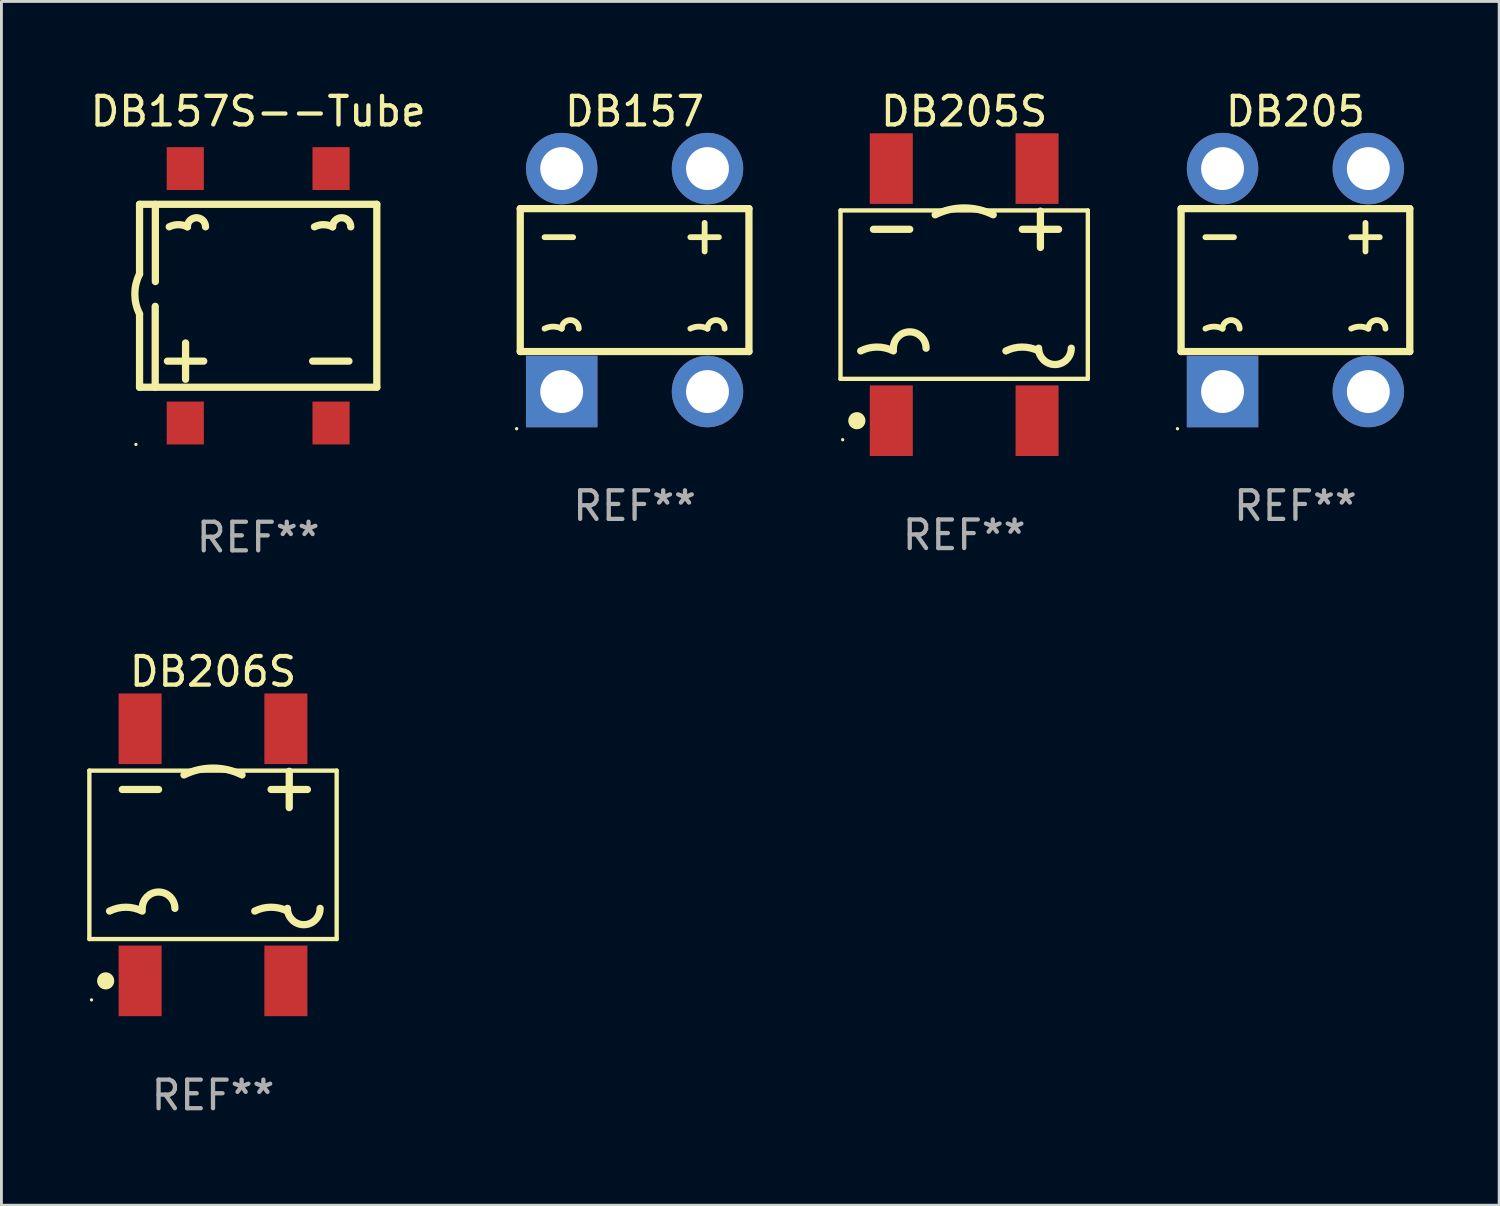
<source format=kicad_pcb>
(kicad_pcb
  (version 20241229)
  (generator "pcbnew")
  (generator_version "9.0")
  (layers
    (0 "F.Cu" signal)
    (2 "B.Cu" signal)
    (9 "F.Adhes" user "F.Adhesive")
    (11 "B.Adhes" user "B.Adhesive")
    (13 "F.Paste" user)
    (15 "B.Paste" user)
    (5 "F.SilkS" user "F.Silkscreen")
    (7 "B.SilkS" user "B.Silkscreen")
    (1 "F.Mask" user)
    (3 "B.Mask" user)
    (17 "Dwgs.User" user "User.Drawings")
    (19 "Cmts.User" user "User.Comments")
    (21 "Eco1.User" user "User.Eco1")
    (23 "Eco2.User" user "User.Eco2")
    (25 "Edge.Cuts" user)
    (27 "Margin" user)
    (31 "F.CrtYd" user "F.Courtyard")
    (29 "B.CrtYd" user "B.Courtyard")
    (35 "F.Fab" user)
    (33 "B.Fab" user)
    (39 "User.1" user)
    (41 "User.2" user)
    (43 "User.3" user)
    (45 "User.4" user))
  (footprint "DB205"
    (layer "F.Cu")
    (at 42.27 6.748)
    (property "Reference" "DB205" (at 0 -5.9 0) (layer "F.SilkS") (effects (font (size 1 1) (thickness 0.15))))
    (attr through_hole)
    (fp_line (start -4 -2.5) (end -4 2.5) (stroke (width 0.254) (type solid)) (layer "F.SilkS"))
    (fp_line (start -4 2.5) (end 4 2.5) (stroke (width 0.254) (type solid)) (layer "F.SilkS"))
    (fp_line (start -3.15 -1.5) (end -2.15 -1.5) (stroke (width 0.203) (type solid)) (layer "F.SilkS"))
    (fp_line (start 1.95 -1.5) (end 2.95 -1.5) (stroke (width 0.203) (type solid)) (layer "F.SilkS"))
    (fp_line (start 2.45 -1) (end 2.45 -2) (stroke (width 0.203) (type solid)) (layer "F.SilkS"))
    (fp_line (start 4 -2.5) (end -4 -2.5) (stroke (width 0.254) (type solid)) (layer "F.SilkS"))
    (fp_line (start 4 2.5) (end 4 -2.5) (stroke (width 0.254) (type solid)) (layer "F.SilkS"))
    (fp_arc (start -3.149606 1.699263) (mid -2.849885 1.628538) (end -2.550165 1.699264) (stroke (width 0.2032) (type solid)) (layer "F.SilkS"))
    (fp_arc (start -2.550166 1.699264) (mid -2.250445 1.399822) (end -1.950724 1.699263) (stroke (width 0.2032) (type solid)) (layer "F.SilkS"))
    (fp_arc (start 1.950724 1.699263) (mid 2.250445 1.628538) (end 2.550166 1.699263) (stroke (width 0.2032) (type solid)) (layer "F.SilkS"))
    (fp_arc (start 2.550166 1.699264) (mid 2.849886 1.399823) (end 3.149606 1.699263) (stroke (width 0.2032) (type solid)) (layer "F.SilkS"))
    (fp_circle (center -4.127 5.2) (end -4.097 5.2) (stroke (width 0.06) (type solid)) (fill no) (layer "F.SilkS"))
    (fp_text user "REF**" (at 0 7.9 0) (layer "F.Fab") (effects (font (size 1 1) (thickness 0.15))))
    (pad "1" thru_hole rect (at -2.55 3.9 180) (size 2.5 2.5) (drill 1.5) (layers "*.Cu" "*.Mask"))
    (pad "2" thru_hole circle (at 2.55 3.9) (size 2.5 2.5) (drill 1.5) (layers "*.Cu" "*.Mask"))
    (pad "3" thru_hole circle (at 2.55 -3.9) (size 2.5 2.5) (drill 1.5) (layers "*.Cu" "*.Mask"))
    (pad "4" thru_hole circle (at -2.55 -3.9) (size 2.5 2.5) (drill 1.5) (layers "*.Cu" "*.Mask")))
  (footprint "DB205S"
    (layer "F.Cu")
    (at 30.681 7.258)
    (property "Reference" "DB205S" (at 0 -6.41 0) (layer "F.SilkS") (effects (font (size 1 1) (thickness 0.15))))
    (attr through_hole)
    (fp_line (start -4.326 -2.946) (end 4.326 -2.946) (stroke (width 0.152) (type solid)) (layer "F.SilkS"))
    (fp_line (start -4.326 2.946) (end -4.326 -2.946) (stroke (width 0.152) (type solid)) (layer "F.SilkS"))
    (fp_line (start -3.175 -2.286) (end -1.905 -2.286) (stroke (width 0.254) (type solid)) (layer "F.SilkS"))
    (fp_line (start 2.032 -2.286) (end 3.302 -2.286) (stroke (width 0.254) (type solid)) (layer "F.SilkS"))
    (fp_line (start 2.667 -1.651) (end 2.667 -2.921) (stroke (width 0.254) (type solid)) (layer "F.SilkS"))
    (fp_line (start 4.326 -2.946) (end 4.326 2.946) (stroke (width 0.152) (type solid)) (layer "F.SilkS"))
    (fp_line (start 4.326 2.946) (end -4.326 2.946) (stroke (width 0.152) (type solid)) (layer "F.SilkS"))
    (fp_arc (start -3.619507 1.968504) (mid -3.048006 1.833591) (end -2.476505 1.968504) (stroke (width 0.254001) (type solid)) (layer "F.SilkS"))
    (fp_arc (start -2.476505 1.873254) (mid -1.905004 1.301753) (end -1.333503 1.873254) (stroke (width 0.254001) (type solid)) (layer "F.SilkS"))
    (fp_arc (start -1.016002 -2.794006) (mid 0 -3.033852) (end 1.016002 -2.794006) (stroke (width 0.254001) (type solid)) (layer "F.SilkS"))
    (fp_arc (start 1.460503 1.968504) (mid 2.032004 1.833591) (end 2.603505 1.968504) (stroke (width 0.254001) (type solid)) (layer "F.SilkS"))
    (fp_arc (start 3.746507 1.873254) (mid 3.175006 2.444755) (end 2.603505 1.873254) (stroke (width 0.254001) (type solid)) (layer "F.SilkS"))
    (fp_circle (center -4.25 5.075) (end -4.22 5.075) (stroke (width 0.06) (type solid)) (fill no) (layer "F.SilkS"))
    (fp_circle (center -3.755 4.41) (end -3.605 4.41) (stroke (width 0.3) (type solid)) (fill no) (layer "F.SilkS"))
    (fp_text user "REF**" (at 0 8.41 0) (layer "F.Fab") (effects (font (size 1 1) (thickness 0.15))))
    (pad "1" smd rect (at -2.55 4.41 180) (size 1.505 2.47) (layers "F.Cu" "F.Mask" "F.Paste"))
    (pad "2" smd rect (at 2.55 4.41 180) (size 1.505 2.47) (layers "F.Cu" "F.Mask" "F.Paste"))
    (pad "3" smd rect (at 2.55 -4.41 180) (size 1.505 2.47) (layers "F.Cu" "F.Mask" "F.Paste"))
    (pad "4" smd rect (at -2.55 -4.41 180) (size 1.505 2.47) (layers "F.Cu" "F.Mask" "F.Paste")))
  (footprint "DB206S"
    (layer "F.Cu")
    (at 4.402 26.855)
    (property "Reference" "DB206S" (at 0 -6.41 0) (layer "F.SilkS") (effects (font (size 1 1) (thickness 0.15))))
    (attr through_hole)
    (fp_line (start -4.326 -2.946) (end 4.326 -2.946) (stroke (width 0.152) (type solid)) (layer "F.SilkS"))
    (fp_line (start -4.326 2.946) (end -4.326 -2.946) (stroke (width 0.152) (type solid)) (layer "F.SilkS"))
    (fp_line (start -3.175 -2.286) (end -1.905 -2.286) (stroke (width 0.254) (type solid)) (layer "F.SilkS"))
    (fp_line (start 2.032 -2.286) (end 3.302 -2.286) (stroke (width 0.254) (type solid)) (layer "F.SilkS"))
    (fp_line (start 2.667 -1.651) (end 2.667 -2.921) (stroke (width 0.254) (type solid)) (layer "F.SilkS"))
    (fp_line (start 4.326 -2.946) (end 4.326 2.946) (stroke (width 0.152) (type solid)) (layer "F.SilkS"))
    (fp_line (start 4.326 2.946) (end -4.326 2.946) (stroke (width 0.152) (type solid)) (layer "F.SilkS"))
    (fp_arc (start -3.619507 1.968504) (mid -3.048006 1.833591) (end -2.476505 1.968504) (stroke (width 0.254001) (type solid)) (layer "F.SilkS"))
    (fp_arc (start -2.476505 1.873254) (mid -1.905004 1.301753) (end -1.333503 1.873254) (stroke (width 0.254001) (type solid)) (layer "F.SilkS"))
    (fp_arc (start -1.016002 -2.794006) (mid 0 -3.033852) (end 1.016002 -2.794006) (stroke (width 0.254001) (type solid)) (layer "F.SilkS"))
    (fp_arc (start 1.460503 1.968504) (mid 2.032004 1.833591) (end 2.603505 1.968504) (stroke (width 0.254001) (type solid)) (layer "F.SilkS"))
    (fp_arc (start 3.746507 1.873254) (mid 3.175006 2.444755) (end 2.603505 1.873254) (stroke (width 0.254001) (type solid)) (layer "F.SilkS"))
    (fp_circle (center -4.25 5.075) (end -4.22 5.075) (stroke (width 0.06) (type solid)) (fill no) (layer "F.SilkS"))
    (fp_circle (center -3.755 4.41) (end -3.605 4.41) (stroke (width 0.3) (type solid)) (fill no) (layer "F.SilkS"))
    (fp_text user "REF**" (at 0 8.41 0) (layer "F.Fab") (effects (font (size 1 1) (thickness 0.15))))
    (pad "1" smd rect (at -2.55 4.41 180) (size 1.505 2.47) (layers "F.Cu" "F.Mask" "F.Paste"))
    (pad "2" smd rect (at 2.55 4.41 180) (size 1.505 2.47) (layers "F.Cu" "F.Mask" "F.Paste"))
    (pad "3" smd rect (at 2.55 -4.41 180) (size 1.505 2.47) (layers "F.Cu" "F.Mask" "F.Paste"))
    (pad "4" smd rect (at -2.55 -4.41 180) (size 1.505 2.47) (layers "F.Cu" "F.Mask" "F.Paste")))
  (footprint "DB157S--Tube"
    (layer "F.Cu")
    (at 5.982 7.298)
    (property "Reference" "DB157S--Tube" (at 0 -6.45 0) (layer "F.SilkS") (effects (font (size 1 1) (thickness 0.15))))
    (attr through_hole)
    (fp_line (start -4.15 -3.2) (end -4.15 -0.762) (stroke (width 0.254) (type solid)) (layer "F.SilkS"))
    (fp_line (start -4.15 -3.2) (end 4.15 -3.2) (stroke (width 0.254) (type solid)) (layer "F.SilkS"))
    (fp_line (start -4.15 3.2) (end -4.15 0.635) (stroke (width 0.254) (type solid)) (layer "F.SilkS"))
    (fp_line (start -3.602 0.369) (end -3.602 3.2) (stroke (width 0.254) (type solid)) (layer "F.SilkS"))
    (fp_line (start -3.597 -3.2) (end -3.597 -0.498) (stroke (width 0.254) (type solid)) (layer "F.SilkS"))
    (fp_line (start -3.175 2.286) (end -1.905 2.286) (stroke (width 0.254) (type solid)) (layer "F.SilkS"))
    (fp_line (start -2.54 2.921) (end -2.54 1.651) (stroke (width 0.254) (type solid)) (layer "F.SilkS"))
    (fp_line (start 1.905 2.286) (end 3.175 2.286) (stroke (width 0.254) (type solid)) (layer "F.SilkS"))
    (fp_line (start 4.15 -3.2) (end 4.15 3.2) (stroke (width 0.254) (type solid)) (layer "F.SilkS"))
    (fp_line (start 4.15 3.2) (end -4.15 3.2) (stroke (width 0.254) (type solid)) (layer "F.SilkS"))
    (fp_arc (start -4.150368 0.635002) (mid -4.315147 -0.063567) (end -4.150013 -0.762052) (stroke (width 0.254001) (type solid)) (layer "F.SilkS"))
    (fp_arc (start -3.111506 -2.413056) (mid -2.794005 -2.488007) (end -2.476504 -2.413055) (stroke (width 0.254001) (type solid)) (layer "F.SilkS"))
    (fp_arc (start -2.476504 -2.413056) (mid -2.159004 -2.730556) (end -1.841504 -2.413056) (stroke (width 0.254001) (type solid)) (layer "F.SilkS"))
    (fp_arc (start 1.968504 -2.413056) (mid 2.286005 -2.488008) (end 2.603506 -2.413056) (stroke (width 0.254001) (type solid)) (layer "F.SilkS"))
    (fp_arc (start 2.603506 -2.413056) (mid 2.921006 -2.730556) (end 3.238506 -2.413056) (stroke (width 0.254001) (type solid)) (layer "F.SilkS"))
    (fp_circle (center -4.277 5.2) (end -4.247 5.2) (stroke (width 0.06) (type solid)) (fill no) (layer "F.SilkS"))
    (fp_text user "REF**" (at 0 8.45 0) (layer "F.Fab") (effects (font (size 1 1) (thickness 0.15))))
    (pad "1" smd rect (at -2.55 4.45 90) (size 1.5 1.3) (layers "F.Cu" "F.Mask" "F.Paste"))
    (pad "2" smd rect (at 2.55 4.45 90) (size 1.5 1.3) (layers "F.Cu" "F.Mask" "F.Paste"))
    (pad "3" smd rect (at 2.55 -4.45 90) (size 1.5 1.3) (layers "F.Cu" "F.Mask" "F.Paste"))
    (pad "4" smd rect (at -2.55 -4.45 90) (size 1.5 1.3) (layers "F.Cu" "F.Mask" "F.Paste")))
  (footprint "DB157"
    (layer "F.Cu")
    (at 19.151 6.748)
    (property "Reference" "DB157" (at 0 -5.9 0) (layer "F.SilkS") (effects (font (size 1 1) (thickness 0.15))))
    (attr through_hole)
    (fp_line (start -4 -2.5) (end -4 2.5) (stroke (width 0.254) (type solid)) (layer "F.SilkS"))
    (fp_line (start -4 2.5) (end 4 2.5) (stroke (width 0.254) (type solid)) (layer "F.SilkS"))
    (fp_line (start -3.15 -1.5) (end -2.15 -1.5) (stroke (width 0.203) (type solid)) (layer "F.SilkS"))
    (fp_line (start 1.95 -1.5) (end 2.95 -1.5) (stroke (width 0.203) (type solid)) (layer "F.SilkS"))
    (fp_line (start 2.45 -1) (end 2.45 -2) (stroke (width 0.203) (type solid)) (layer "F.SilkS"))
    (fp_line (start 4 -2.5) (end -4 -2.5) (stroke (width 0.254) (type solid)) (layer "F.SilkS"))
    (fp_line (start 4 2.5) (end 4 -2.5) (stroke (width 0.254) (type solid)) (layer "F.SilkS"))
    (fp_arc (start -3.149606 1.699263) (mid -2.849885 1.628538) (end -2.550165 1.699264) (stroke (width 0.2032) (type solid)) (layer "F.SilkS"))
    (fp_arc (start -2.550166 1.699264) (mid -2.250445 1.399822) (end -1.950724 1.699263) (stroke (width 0.2032) (type solid)) (layer "F.SilkS"))
    (fp_arc (start 1.950724 1.699263) (mid 2.250445 1.628538) (end 2.550166 1.699263) (stroke (width 0.2032) (type solid)) (layer "F.SilkS"))
    (fp_arc (start 2.550166 1.699264) (mid 2.849886 1.399823) (end 3.149606 1.699263) (stroke (width 0.2032) (type solid)) (layer "F.SilkS"))
    (fp_circle (center -4.127 5.2) (end -4.097 5.2) (stroke (width 0.06) (type solid)) (fill no) (layer "F.SilkS"))
    (fp_text user "REF**" (at 0 7.9 0) (layer "F.Fab") (effects (font (size 1 1) (thickness 0.15))))
    (pad "1" thru_hole rect (at -2.55 3.9 180) (size 2.5 2.5) (drill 1.5) (layers "*.Cu" "*.Mask"))
    (pad "2" thru_hole circle (at 2.55 3.9) (size 2.5 2.5) (drill 1.5) (layers "*.Cu" "*.Mask"))
    (pad "3" thru_hole circle (at 2.55 -3.9) (size 2.5 2.5) (drill 1.5) (layers "*.Cu" "*.Mask"))
    (pad "4" thru_hole circle (at -2.55 -3.9) (size 2.5 2.5) (drill 1.5) (layers "*.Cu" "*.Mask")))
  (gr_rect
    (start -3 -3)
    (end 49.397 39.113)
    (stroke (width 0.1) (type default))
    (fill no)
    (layer "Edge.Cuts")))
</source>
